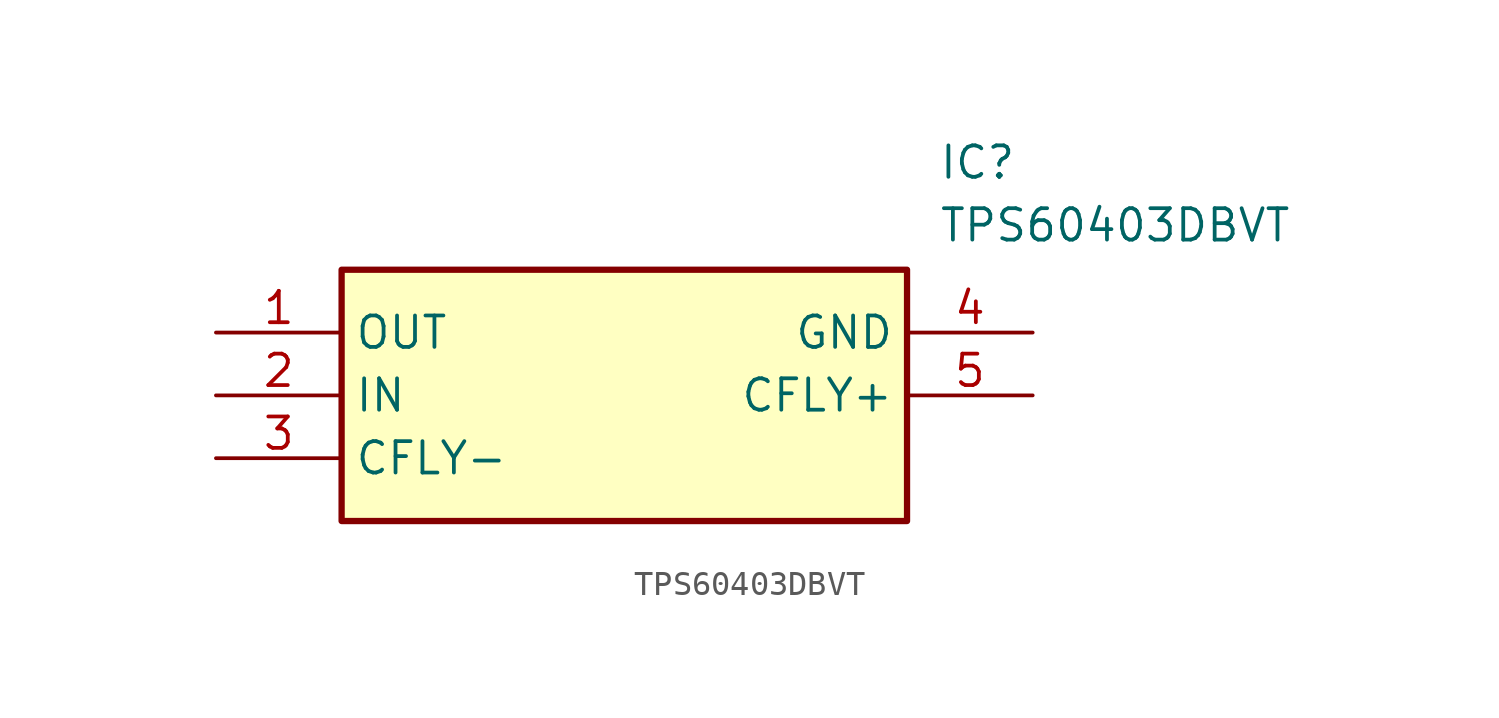
<source format=kicad_sym>
(kicad_symbol_lib
  (version 20211014)
  (generator SamacSys_ECAD_Model)
  (symbol "TPS60403DBVT"
    (property "Reference" "IC"
      (at 29.21 7.62 0)
      (effects (font (size 1.27 1.27)) (justify left top)))
    (property "Value" "TPS60403DBVT"
      (at 29.21 5.08 0)
      (effects (font (size 1.27 1.27)) (justify left top)))
    (rectangle
      (start 5.08 2.54)
      (end 27.94 -7.62)
      (stroke (width 0.254) (type default))
      (fill (type background)))
    (pin passive line
      (at 0 0 0)
      (length 5.08)
      (name "OUT" (effects (font (size 1.27 1.27))))
      (number "1" (effects (font (size 1.27 1.27)))))
    (pin passive line
      (at 0 -2.54 0)
      (length 5.08)
      (name "IN" (effects (font (size 1.27 1.27))))
      (number "2" (effects (font (size 1.27 1.27)))))
    (pin passive line
      (at 0 -5.08 0)
      (length 5.08)
      (name "CFLY-" (effects (font (size 1.27 1.27))))
      (number "3" (effects (font (size 1.27 1.27)))))
    (pin passive line
      (at 33.02 0 180)
      (length 5.08)
      (name "GND" (effects (font (size 1.27 1.27))))
      (number "4" (effects (font (size 1.27 1.27)))))
    (pin passive line
      (at 33.02 -2.54 180)
      (length 5.08)
      (name "CFLY+" (effects (font (size 1.27 1.27))))
      (number "5" (effects (font (size 1.27 1.27)))))))
</source>
